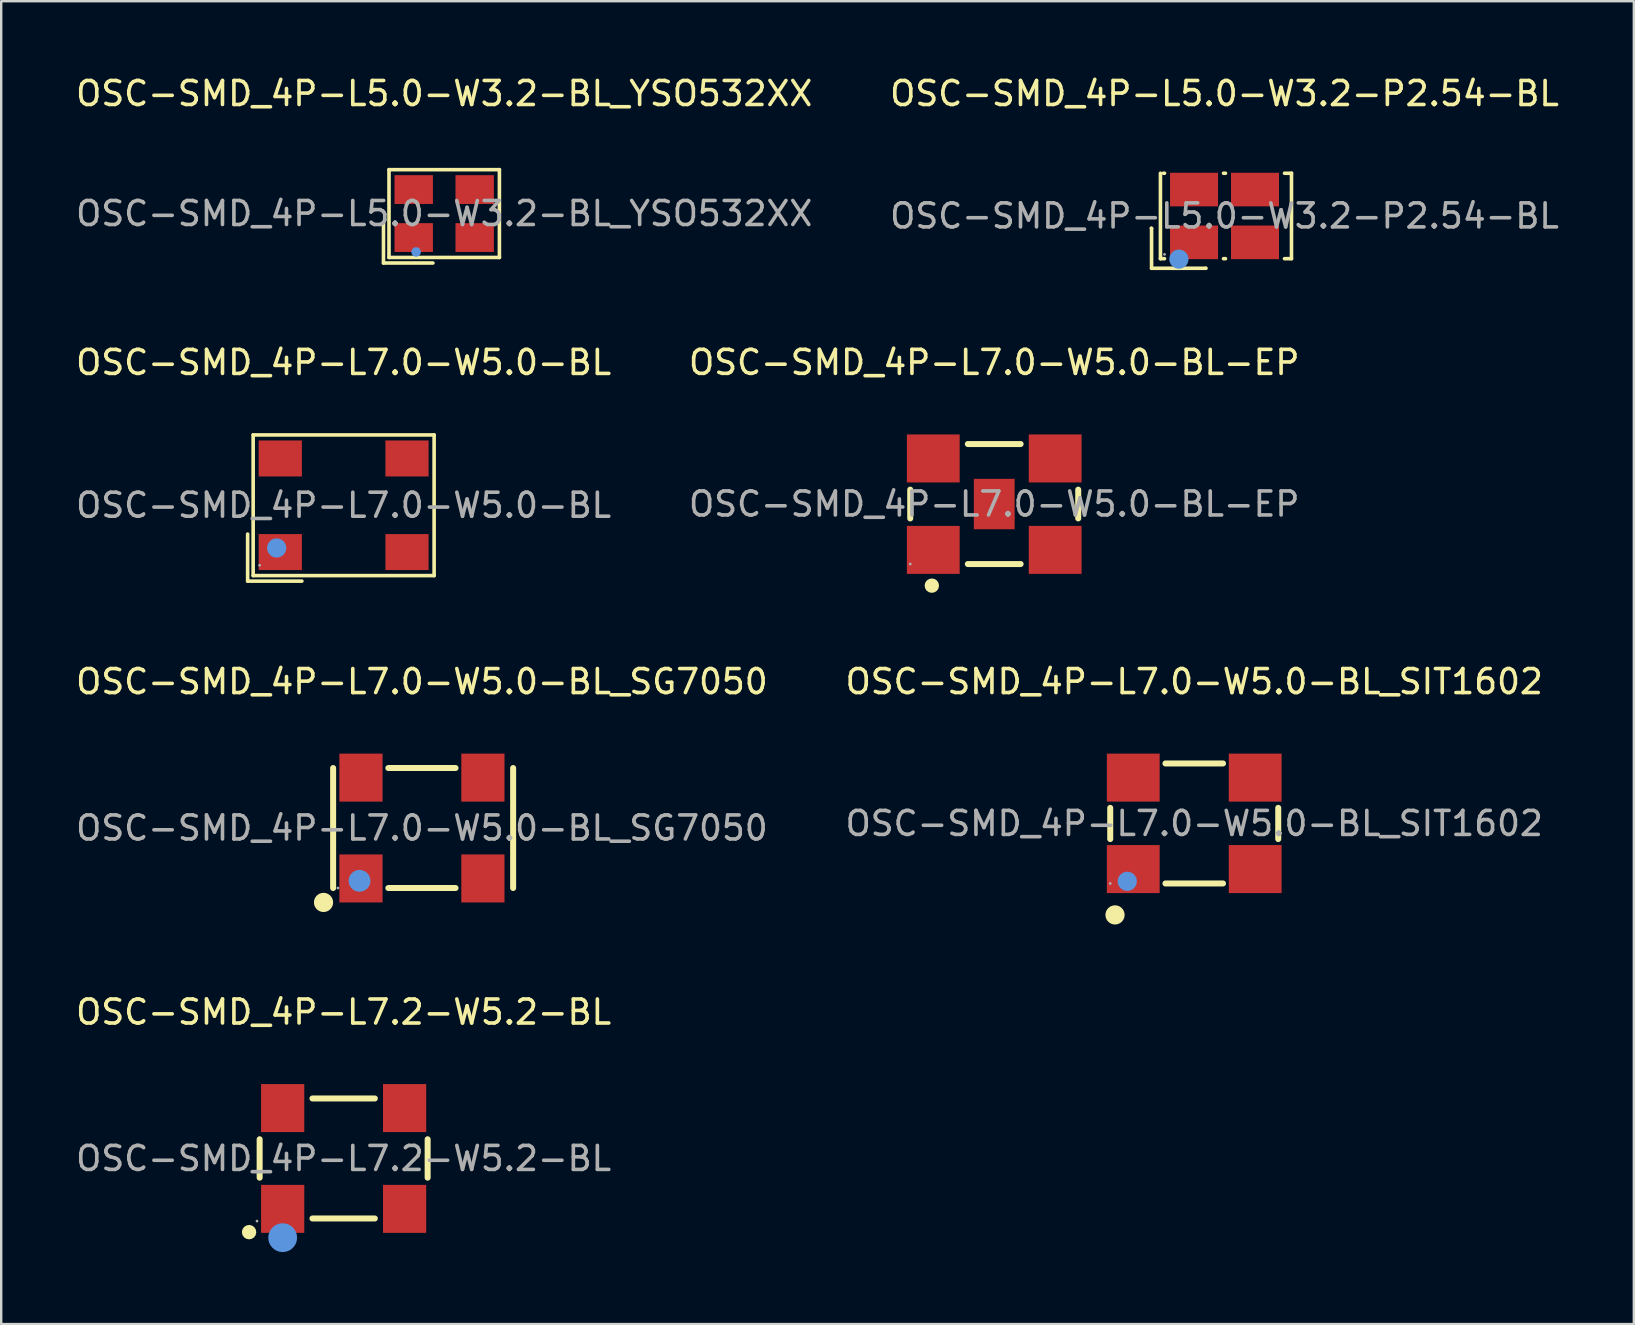
<source format=kicad_pcb>
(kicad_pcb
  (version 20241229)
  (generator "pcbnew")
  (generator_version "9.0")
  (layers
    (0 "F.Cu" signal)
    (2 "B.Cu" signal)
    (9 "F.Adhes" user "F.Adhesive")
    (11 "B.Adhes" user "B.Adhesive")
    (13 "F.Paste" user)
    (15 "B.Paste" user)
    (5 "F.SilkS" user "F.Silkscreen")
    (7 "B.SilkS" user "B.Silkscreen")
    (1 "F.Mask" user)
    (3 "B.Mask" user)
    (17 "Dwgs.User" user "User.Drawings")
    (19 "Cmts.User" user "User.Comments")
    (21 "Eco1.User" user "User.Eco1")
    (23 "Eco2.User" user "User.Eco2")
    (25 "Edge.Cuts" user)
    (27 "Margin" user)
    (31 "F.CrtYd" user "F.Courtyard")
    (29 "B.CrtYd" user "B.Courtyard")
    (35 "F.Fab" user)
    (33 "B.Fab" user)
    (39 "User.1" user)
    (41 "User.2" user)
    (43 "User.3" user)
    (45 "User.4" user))
  (footprint "OSC-SMD_4P-L7.2-W5.2-BL"
    (layer "F.Cu")
    (at 11.268 45.218)
    (property "Reference" "OSC-SMD_4P-L7.2-W5.2-BL" (at 0 -6.1 0) (layer "F.SilkS") (effects (font (size 1 1) (thickness 0.15))))
    (attr through_hole)
    (fp_line (start -3.5 -0.8) (end -3.5 0.8) (stroke (width 0.25) (type solid)) (layer "F.SilkS"))
    (fp_line (start -1.3 -2.5) (end 1.3 -2.5) (stroke (width 0.25) (type solid)) (layer "F.SilkS"))
    (fp_line (start -1.3 2.5) (end 1.3 2.5) (stroke (width 0.25) (type solid)) (layer "F.SilkS"))
    (fp_line (start 3.5 -0.8) (end 3.5 0.8) (stroke (width 0.25) (type solid)) (layer "F.SilkS"))
    (fp_arc (start -3.93 2.92) (mid -3.944995 3.22025) (end -3.940016 2.919667) (stroke (width 0.3) (type solid)) (layer "F.SilkS"))
    (fp_circle (center -2.54 3.3) (end -2.24 3.3) (stroke (width 0.6) (type solid)) (fill no) (layer "Cmts.User"))
    (fp_circle (center -3.61 2.61) (end -3.58 2.61) (stroke (width 0.06) (type solid)) (fill no) (layer "F.Fab"))
    (fp_text user "${REFERENCE}" (at 0 0 0) (layer "F.Fab") (effects (font (size 1 1) (thickness 0.15))))
    (pad "1" smd rect (at -2.54 2.1) (size 1.8 2) (layers "F.Cu" "F.Mask" "F.Paste"))
    (pad "2" smd rect (at 2.54 2.1) (size 1.8 2) (layers "F.Cu" "F.Mask" "F.Paste"))
    (pad "3" smd rect (at 2.54 -2.1) (size 1.8 2) (layers "F.Cu" "F.Mask" "F.Paste"))
    (pad "4" smd rect (at -2.54 -2.1) (size 1.8 2) (layers "F.Cu" "F.Mask" "F.Paste")))
  (footprint "OSC-SMD_4P-L7.0-W5.0-BL_SG7050"
    (layer "F.Cu")
    (at 14.53 31.45)
    (property "Reference" "OSC-SMD_4P-L7.0-W5.0-BL_SG7050" (at 0 -6.1 0) (layer "F.SilkS") (effects (font (size 1 1) (thickness 0.15))))
    (attr through_hole)
    (fp_line (start -3.7 -2.5) (end -3.7 2.5) (stroke (width 0.25) (type solid)) (layer "F.SilkS"))
    (fp_line (start -1.4 -2.5) (end 1.4 -2.5) (stroke (width 0.25) (type solid)) (layer "F.SilkS"))
    (fp_line (start -1.4 2.5) (end 1.4 2.5) (stroke (width 0.25) (type solid)) (layer "F.SilkS"))
    (fp_line (start 3.8 -2.5) (end 3.8 2.5) (stroke (width 0.25) (type solid)) (layer "F.SilkS"))
    (fp_circle (center -4.1 3.1) (end -3.9 3.1) (stroke (width 0.4) (type solid)) (fill no) (layer "F.SilkS"))
    (fp_circle (center -2.6 2.2) (end -2.37 2.2) (stroke (width 0.45) (type solid)) (fill no) (layer "Cmts.User"))
    (fp_circle (center -3.5 2.5) (end -3.47 2.5) (stroke (width 0.06) (type solid)) (fill no) (layer "F.Fab"))
    (fp_text user "${REFERENCE}" (at 0 0 0) (layer "F.Fab") (effects (font (size 1 1) (thickness 0.15))))
    (pad "1" smd rect (at -2.54 2.1) (size 1.8 2) (layers "F.Cu" "F.Mask" "F.Paste"))
    (pad "2" smd rect (at 2.54 2.1) (size 1.8 2) (layers "F.Cu" "F.Mask" "F.Paste"))
    (pad "3" smd rect (at 2.54 -2.1) (size 1.8 2) (layers "F.Cu" "F.Mask" "F.Paste"))
    (pad "4" smd rect (at -2.54 -2.1) (size 1.8 2) (layers "F.Cu" "F.Mask" "F.Paste")))
  (footprint "OSC-SMD_4P-L7.0-W5.0-BL-EP"
    (layer "F.Cu")
    (at 38.375 17.951)
    (property "Reference" "OSC-SMD_4P-L7.0-W5.0-BL-EP" (at 0 -5.9 0) (layer "F.SilkS") (effects (font (size 1 1) (thickness 0.15))))
    (attr through_hole)
    (fp_line (start -3.5 -0.6) (end -3.5 0.6) (stroke (width 0.25) (type solid)) (layer "F.SilkS"))
    (fp_line (start -1.1 -2.5) (end 1.1 -2.5) (stroke (width 0.25) (type solid)) (layer "F.SilkS"))
    (fp_line (start -1.1 2.5) (end 1.1 2.5) (stroke (width 0.25) (type solid)) (layer "F.SilkS"))
    (fp_line (start 3.5 -0.6) (end 3.5 0.6) (stroke (width 0.25) (type solid)) (layer "F.SilkS"))
    (fp_arc (start -2.6 3.4) (mid -2.6 3.4) (end -2.6 3.4) (stroke (width 0.3) (type solid)) (layer "F.SilkS"))
    (fp_circle (center -3.5 2.5) (end -3.47 2.5) (stroke (width 0.06) (type solid)) (fill no) (layer "F.Fab"))
    (fp_text user "${REFERENCE}" (at 0 0 0) (layer "F.Fab") (effects (font (size 1 1) (thickness 0.15))))
    (pad "1" smd rect (at -2.54 1.91) (size 2.2 2) (layers "F.Cu" "F.Mask" "F.Paste"))
    (pad "2" smd rect (at 2.54 1.91) (size 2.2 2) (layers "F.Cu" "F.Mask" "F.Paste"))
    (pad "3" smd rect (at 2.54 -1.9) (size 2.2 2) (layers "F.Cu" "F.Mask" "F.Paste"))
    (pad "4" smd rect (at -2.54 -1.9) (size 2.2 2) (layers "F.Cu" "F.Mask" "F.Paste"))
    (pad "5" smd rect (at 0 0 180) (size 1.7 2.1) (layers "F.Cu" "F.Mask" "F.Paste")))
  (footprint "OSC-SMD_4P-L7.0-W5.0-BL"
    (layer "F.Cu")
    (at 11.268 18.002)
    (property "Reference" "OSC-SMD_4P-L7.0-W5.0-BL" (at 0 -5.95 0) (layer "F.SilkS") (effects (font (size 1 1) (thickness 0.15))))
    (attr through_hole)
    (fp_line (start -4 1.2) (end -4 3.16) (stroke (width 0.15) (type solid)) (layer "F.SilkS"))
    (fp_line (start -4 3.16) (end -1.74 3.16) (stroke (width 0.15) (type solid)) (layer "F.SilkS"))
    (fp_line (start -3.77 -2.93) (end 3.77 -2.93) (stroke (width 0.15) (type solid)) (layer "F.SilkS"))
    (fp_line (start -3.77 2.93) (end -3.77 -2.93) (stroke (width 0.15) (type solid)) (layer "F.SilkS"))
    (fp_line (start 3.77 -2.93) (end 3.77 2.93) (stroke (width 0.15) (type solid)) (layer "F.SilkS"))
    (fp_line (start 3.77 2.93) (end -3.77 2.93) (stroke (width 0.15) (type solid)) (layer "F.SilkS"))
    (fp_circle (center -2.79 1.78) (end -2.59 1.78) (stroke (width 0.4) (type solid)) (fill no) (layer "Cmts.User"))
    (fp_circle (center -3.5 2.5) (end -3.47 2.5) (stroke (width 0.06) (type solid)) (fill no) (layer "F.Fab"))
    (fp_text user "${REFERENCE}" (at 0 0 0) (layer "F.Fab") (effects (font (size 1 1) (thickness 0.15))))
    (pad "1" smd rect (at -2.64 1.95) (size 1.8 1.5) (layers "F.Cu" "F.Mask" "F.Paste"))
    (pad "2" smd rect (at 2.64 1.95) (size 1.8 1.5) (layers "F.Cu" "F.Mask" "F.Paste"))
    (pad "3" smd rect (at 2.64 -1.95) (size 1.8 1.5) (layers "F.Cu" "F.Mask" "F.Paste"))
    (pad "4" smd rect (at -2.64 -1.95) (size 1.8 1.5) (layers "F.Cu" "F.Mask" "F.Paste")))
  (footprint "OSC-SMD_4P-L5.0-W3.2-BL_YSO532XX"
    (layer "F.Cu")
    (at 15.458 5.848)
    (property "Reference" "OSC-SMD_4P-L5.0-W3.2-BL_YSO532XX" (at 0 -5 0) (layer "F.SilkS") (effects (font (size 1 1) (thickness 0.15))))
    (attr through_hole)
    (fp_line (start -2.53 0.4) (end -2.53 2.06) (stroke (width 0.15) (type solid)) (layer "F.SilkS"))
    (fp_line (start -2.53 2.06) (end -0.47 2.06) (stroke (width 0.15) (type solid)) (layer "F.SilkS"))
    (fp_line (start -2.3 -1.83) (end 2.3 -1.83) (stroke (width 0.15) (type solid)) (layer "F.SilkS"))
    (fp_line (start -2.3 1.83) (end -2.3 -1.83) (stroke (width 0.15) (type solid)) (layer "F.SilkS"))
    (fp_line (start 2.3 -1.83) (end 2.3 1.83) (stroke (width 0.15) (type solid)) (layer "F.SilkS"))
    (fp_line (start 2.3 1.83) (end -2.3 1.83) (stroke (width 0.15) (type solid)) (layer "F.SilkS"))
    (fp_circle (center -1.17 1.6) (end -1.07 1.6) (stroke (width 0.2) (type solid)) (fill no) (layer "Cmts.User"))
    (fp_text user "${REFERENCE}" (at 0 0 0) (layer "F.Fab") (effects (font (size 1 1) (thickness 0.15))))
    (pad "1" smd rect (at -1.27 1) (size 1.6 1.2) (layers "F.Cu" "F.Mask" "F.Paste"))
    (pad "2" smd rect (at 1.27 1) (size 1.6 1.2) (layers "F.Cu" "F.Mask" "F.Paste"))
    (pad "3" smd rect (at 1.27 -1) (size 1.6 1.2) (layers "F.Cu" "F.Mask" "F.Paste"))
    (pad "4" smd rect (at -1.27 -1) (size 1.6 1.2) (layers "F.Cu" "F.Mask" "F.Paste")))
  (footprint "OSC-SMD_4P-L7.0-W5.0-BL_SIT1602"
    (layer "F.Cu")
    (at 46.708 31.26)
    (property "Reference" "OSC-SMD_4P-L7.0-W5.0-BL_SIT1602" (at 0 -5.91 0) (layer "F.SilkS") (effects (font (size 1 1) (thickness 0.15))))
    (attr through_hole)
    (fp_line (start -3.5 0.65) (end -3.5 -0.65) (stroke (width 0.25) (type solid)) (layer "F.SilkS"))
    (fp_line (start 1.2 -2.5) (end -1.2 -2.5) (stroke (width 0.25) (type solid)) (layer "F.SilkS"))
    (fp_line (start 1.2 2.5) (end -1.2 2.5) (stroke (width 0.25) (type solid)) (layer "F.SilkS"))
    (fp_line (start 3.5 0.65) (end 3.5 -0.65) (stroke (width 0.25) (type solid)) (layer "F.SilkS"))
    (fp_arc (start -3.3 3.81) (mid -3.3 3.81) (end -3.3 3.81) (stroke (width 0.4) (type solid)) (layer "F.SilkS"))
    (fp_circle (center -2.79 2.41) (end -2.59 2.41) (stroke (width 0.4) (type solid)) (fill no) (layer "Cmts.User"))
    (fp_circle (center -3.5 2.5) (end -3.47 2.5) (stroke (width 0.06) (type solid)) (fill no) (layer "F.Fab"))
    (fp_text user "${REFERENCE}" (at 0 0 0) (layer "F.Fab") (effects (font (size 1 1) (thickness 0.15))))
    (pad "1" smd rect (at -2.54 1.9 180) (size 2.2 2) (layers "F.Cu" "F.Mask" "F.Paste"))
    (pad "2" smd rect (at 2.54 1.9 180) (size 2.2 2) (layers "F.Cu" "F.Mask" "F.Paste"))
    (pad "3" smd rect (at 2.54 -1.91 180) (size 2.2 2) (layers "F.Cu" "F.Mask" "F.Paste"))
    (pad "4" smd rect (at -2.54 -1.91 180) (size 2.2 2) (layers "F.Cu" "F.Mask" "F.Paste")))
  (footprint "OSC-SMD_4P-L5.0-W3.2-P2.54-BL"
    (layer "F.Cu")
    (at 47.97 5.948)
    (property "Reference" "OSC-SMD_4P-L5.0-W3.2-P2.54-BL" (at 0 -5.1 0) (layer "F.SilkS") (effects (font (size 1 1) (thickness 0.15))))
    (attr through_hole)
    (fp_line (start -3.05 0.51) (end -3.04 0.52) (stroke (width 0.15) (type solid)) (layer "F.SilkS"))
    (fp_line (start -3.04 0.52) (end -3.04 2.18) (stroke (width 0.15) (type solid)) (layer "F.SilkS"))
    (fp_line (start -3.04 2.18) (end -0.78 2.18) (stroke (width 0.15) (type solid)) (layer "F.SilkS"))
    (fp_line (start -2.67 1.78) (end -2.67 -1.78) (stroke (width 0.15) (type solid)) (layer "F.SilkS"))
    (fp_line (start -2.54 -1.78) (end -2.5 -1.78) (stroke (width 0.15) (type solid)) (layer "F.SilkS"))
    (fp_line (start -2.5 1.78) (end -2.67 1.78) (stroke (width 0.15) (type solid)) (layer "F.SilkS"))
    (fp_line (start -0.78 2.18) (end -0.78 2.18) (stroke (width 0.15) (type solid)) (layer "F.SilkS"))
    (fp_line (start -0.04 -1.78) (end 0.04 -1.78) (stroke (width 0.15) (type solid)) (layer "F.SilkS"))
    (fp_line (start 0.04 1.78) (end -0.04 1.78) (stroke (width 0.15) (type solid)) (layer "F.SilkS"))
    (fp_line (start 2.5 -1.78) (end 2.79 -1.78) (stroke (width 0.15) (type solid)) (layer "F.SilkS"))
    (fp_line (start 2.79 -1.78) (end 2.79 1.78) (stroke (width 0.15) (type solid)) (layer "F.SilkS"))
    (fp_line (start 2.79 1.78) (end 2.5 1.78) (stroke (width 0.15) (type solid)) (layer "F.SilkS"))
    (fp_circle (center -1.9 1.8) (end -1.7 1.8) (stroke (width 0.4) (type solid)) (fill no) (layer "Cmts.User"))
    (fp_circle (center -2.5 1.6) (end -2.47 1.6) (stroke (width 0.06) (type solid)) (fill no) (layer "F.Fab"))
    (fp_text user "${REFERENCE}" (at 0 0 0) (layer "F.Fab") (effects (font (size 1 1) (thickness 0.15))))
    (pad "1" smd rect (at -1.27 1.1) (size 2 1.4) (layers "F.Cu" "F.Mask" "F.Paste"))
    (pad "2" smd rect (at 1.27 1.1) (size 2 1.4) (layers "F.Cu" "F.Mask" "F.Paste"))
    (pad "3" smd rect (at 1.27 -1.1) (size 2 1.4) (layers "F.Cu" "F.Mask" "F.Paste"))
    (pad "4" smd rect (at -1.27 -1.1) (size 2 1.4) (layers "F.Cu" "F.Mask" "F.Paste")))
  (gr_rect
    (start -3 -3)
    (end 65.024 52.118)
    (stroke (width 0.1) (type default))
    (fill no)
    (layer "Edge.Cuts")))
</source>
